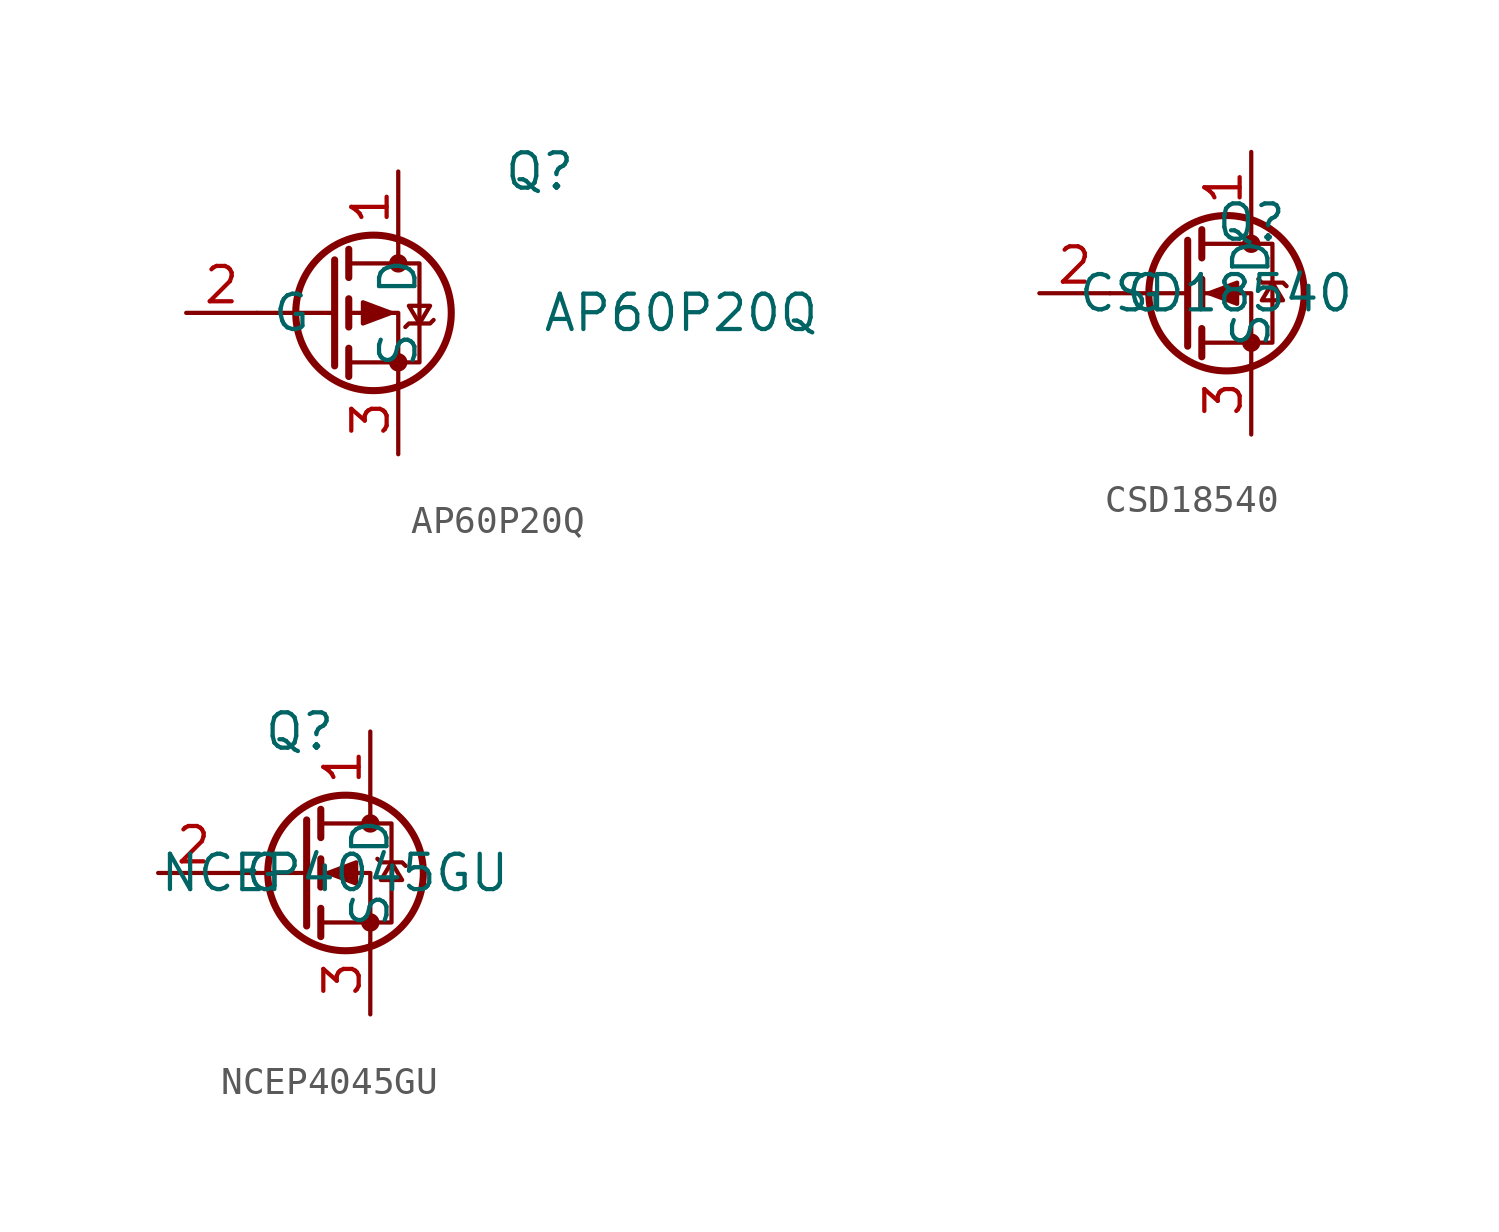
<source format=kicad_sym>
(kicad_symbol_lib
  (version 20220914)
  (generator kicad_symbol_editor)
  (symbol "AP60P20Q"
    (property "Reference" "Q"
      (at 5.08 5.08 0)
      (effects (font (size 1.27 1.27))))
    (property "Value" "AP60P20Q"
      (at 10.16 0 0)
      (effects (font (size 1.27 1.27))))
    (symbol "AP60P20Q_0_1"
      (circle (center -0.889 0) (radius 2.794) (stroke (width 0.254) (type default)) (fill (type none)))
      (circle (center 0 -1.778) (radius 0.254) (stroke (width 0) (type default)) (fill (type outline)))
      (polyline (pts (xy -2.286 0) (xy -5.08 0)) (stroke (width 0) (type default)) (fill (type none)))
      (polyline (pts (xy -2.286 1.905) (xy -2.286 -1.905)) (stroke (width 0.254) (type default)) (fill (type none)))
      (polyline (pts (xy -1.778 -1.27) (xy -1.778 -2.286)) (stroke (width 0.254) (type default)) (fill (type none)))
      (polyline (pts (xy -1.778 0.508) (xy -1.778 -0.508)) (stroke (width 0.254) (type default)) (fill (type none)))
      (polyline (pts (xy -1.778 2.286) (xy -1.778 1.27)) (stroke (width 0.254) (type default)) (fill (type none)))
      (polyline (pts (xy 0 2.54) (xy 0 1.778)) (stroke (width 0) (type default)) (fill (type none)))
      (polyline (pts (xy 0 -2.54) (xy 0 0) (xy -1.778 0)) (stroke (width 0) (type default)) (fill (type none)))
      (polyline (pts (xy -1.778 1.778) (xy 0.762 1.778) (xy 0.762 -1.778) (xy -1.778 -1.778)) (stroke (width 0) (type default)) (fill (type none)))
      (polyline (pts (xy -0.254 0) (xy -1.27 0.381) (xy -1.27 -0.381) (xy -0.254 0)) (stroke (width 0) (type default)) (fill (type outline)))
      (polyline (pts (xy 0.254 -0.508) (xy 0.381 -0.381) (xy 1.143 -0.381) (xy 1.27 -0.254)) (stroke (width 0) (type default)) (fill (type none)))
      (polyline (pts (xy 0.762 -0.381) (xy 0.381 0.254) (xy 1.143 0.254) (xy 0.762 -0.381)) (stroke (width 0) (type default)) (fill (type none)))
      (circle (center 0 1.778) (radius 0.254) (stroke (width 0) (type default)) (fill (type outline))))
    (symbol "AP60P20Q_1_1"
      (pin passive line (at 0 5.08 270) (length 2.54) (name "D" (effects (font (size 1.27 1.27)))) (number "1" (effects (font (size 1.27 1.27)))))
      (pin input line (at -7.62 0 0) (length 2.54) (name "G" (effects (font (size 1.27 1.27)))) (number "2" (effects (font (size 1.27 1.27)))))
      (pin passive line (at 0 -5.08 90) (length 2.54) (name "S" (effects (font (size 1.27 1.27)))) (number "3" (effects (font (size 1.27 1.27)))))))
  (symbol "CSD18540"
    (property "Reference" "Q"
      (at 1.27 2.54 0)
      (effects (font (size 1.27 1.27))))
    (property "Value" "CSD18540"
      (at 0 0 0)
      (effects (font (size 1.27 1.27))))
    (symbol "CSD18540_0_1"
      (polyline (pts (xy -1.016 0) (xy -3.81 0)) (stroke (width 0) (type default)) (fill (type none)))
      (polyline (pts (xy -1.016 1.905) (xy -1.016 -1.905)) (stroke (width 0.254) (type default)) (fill (type none)))
      (polyline (pts (xy -0.508 -1.27) (xy -0.508 -2.286)) (stroke (width 0.254) (type default)) (fill (type none)))
      (polyline (pts (xy -0.508 0.508) (xy -0.508 -0.508)) (stroke (width 0.254) (type default)) (fill (type none)))
      (polyline (pts (xy -0.508 2.286) (xy -0.508 1.27)) (stroke (width 0.254) (type default)) (fill (type none)))
      (polyline (pts (xy 1.27 2.54) (xy 1.27 1.778)) (stroke (width 0) (type default)) (fill (type none)))
      (polyline (pts (xy 1.27 -2.54) (xy 1.27 0) (xy -0.508 0)) (stroke (width 0) (type default)) (fill (type none)))
      (polyline (pts (xy -0.508 -1.778) (xy 2.032 -1.778) (xy 2.032 1.778) (xy -0.508 1.778)) (stroke (width 0) (type default)) (fill (type none)))
      (polyline (pts (xy -0.254 0) (xy 0.762 0.381) (xy 0.762 -0.381) (xy -0.254 0)) (stroke (width 0) (type default)) (fill (type outline)))
      (polyline (pts (xy 1.524 0.508) (xy 1.651 0.381) (xy 2.413 0.381) (xy 2.54 0.254)) (stroke (width 0) (type default)) (fill (type none)))
      (polyline (pts (xy 2.032 0.381) (xy 1.651 -0.254) (xy 2.413 -0.254) (xy 2.032 0.381)) (stroke (width 0) (type default)) (fill (type none)))
      (circle (center 0.381 0) (radius 2.794) (stroke (width 0.254) (type default)) (fill (type none)))
      (circle (center 1.27 -1.778) (radius 0.254) (stroke (width 0) (type default)) (fill (type outline)))
      (circle (center 1.27 1.778) (radius 0.254) (stroke (width 0) (type default)) (fill (type outline))))
    (symbol "CSD18540_1_1"
      (pin passive line (at 1.27 5.08 270) (length 2.54) (name "D" (effects (font (size 1.27 1.27)))) (number "1" (effects (font (size 1.27 1.27)))))
      (pin input line (at -6.35 0 0) (length 2.54) (name "G" (effects (font (size 1.27 1.27)))) (number "2" (effects (font (size 1.27 1.27)))))
      (pin passive line (at 1.27 -5.08 90) (length 2.54) (name "S" (effects (font (size 1.27 1.27)))) (number "3" (effects (font (size 1.27 1.27)))))))
  (symbol "NCEP4045GU"
    (property "Reference" "Q"
      (at -1.27 5.08 0)
      (effects (font (size 1.27 1.27))))
    (property "Value" "NCEP4045GU"
      (at 0 0 0)
      (effects (font (size 1.27 1.27))))
    (symbol "NCEP4045GU_0_1"
      (polyline (pts (xy -1.016 0) (xy -3.81 0)) (stroke (width 0) (type default)) (fill (type none)))
      (polyline (pts (xy -1.016 1.905) (xy -1.016 -1.905)) (stroke (width 0.254) (type default)) (fill (type none)))
      (polyline (pts (xy -0.508 -1.27) (xy -0.508 -2.286)) (stroke (width 0.254) (type default)) (fill (type none)))
      (polyline (pts (xy -0.508 0.508) (xy -0.508 -0.508)) (stroke (width 0.254) (type default)) (fill (type none)))
      (polyline (pts (xy -0.508 2.286) (xy -0.508 1.27)) (stroke (width 0.254) (type default)) (fill (type none)))
      (polyline (pts (xy 1.27 2.54) (xy 1.27 1.778)) (stroke (width 0) (type default)) (fill (type none)))
      (polyline (pts (xy 1.27 -2.54) (xy 1.27 0) (xy -0.508 0)) (stroke (width 0) (type default)) (fill (type none)))
      (polyline (pts (xy -0.508 -1.778) (xy 2.032 -1.778) (xy 2.032 1.778) (xy -0.508 1.778)) (stroke (width 0) (type default)) (fill (type none)))
      (polyline (pts (xy -0.254 0) (xy 0.762 0.381) (xy 0.762 -0.381) (xy -0.254 0)) (stroke (width 0) (type default)) (fill (type outline)))
      (polyline (pts (xy 1.524 0.508) (xy 1.651 0.381) (xy 2.413 0.381) (xy 2.54 0.254)) (stroke (width 0) (type default)) (fill (type none)))
      (polyline (pts (xy 2.032 0.381) (xy 1.651 -0.254) (xy 2.413 -0.254) (xy 2.032 0.381)) (stroke (width 0) (type default)) (fill (type none)))
      (circle (center 0.381 0) (radius 2.794) (stroke (width 0.254) (type default)) (fill (type none)))
      (circle (center 1.27 -1.778) (radius 0.254) (stroke (width 0) (type default)) (fill (type outline)))
      (circle (center 1.27 1.778) (radius 0.254) (stroke (width 0) (type default)) (fill (type outline))))
    (symbol "NCEP4045GU_1_1"
      (pin passive line (at 1.27 5.08 270) (length 2.54) (name "D" (effects (font (size 1.27 1.27)))) (number "1" (effects (font (size 1.27 1.27)))))
      (pin input line (at -6.35 0 0) (length 2.54) (name "G" (effects (font (size 1.27 1.27)))) (number "2" (effects (font (size 1.27 1.27)))))
      (pin passive line (at 1.27 -5.08 90) (length 2.54) (name "S" (effects (font (size 1.27 1.27)))) (number "3" (effects (font (size 1.27 1.27))))))))
</source>
